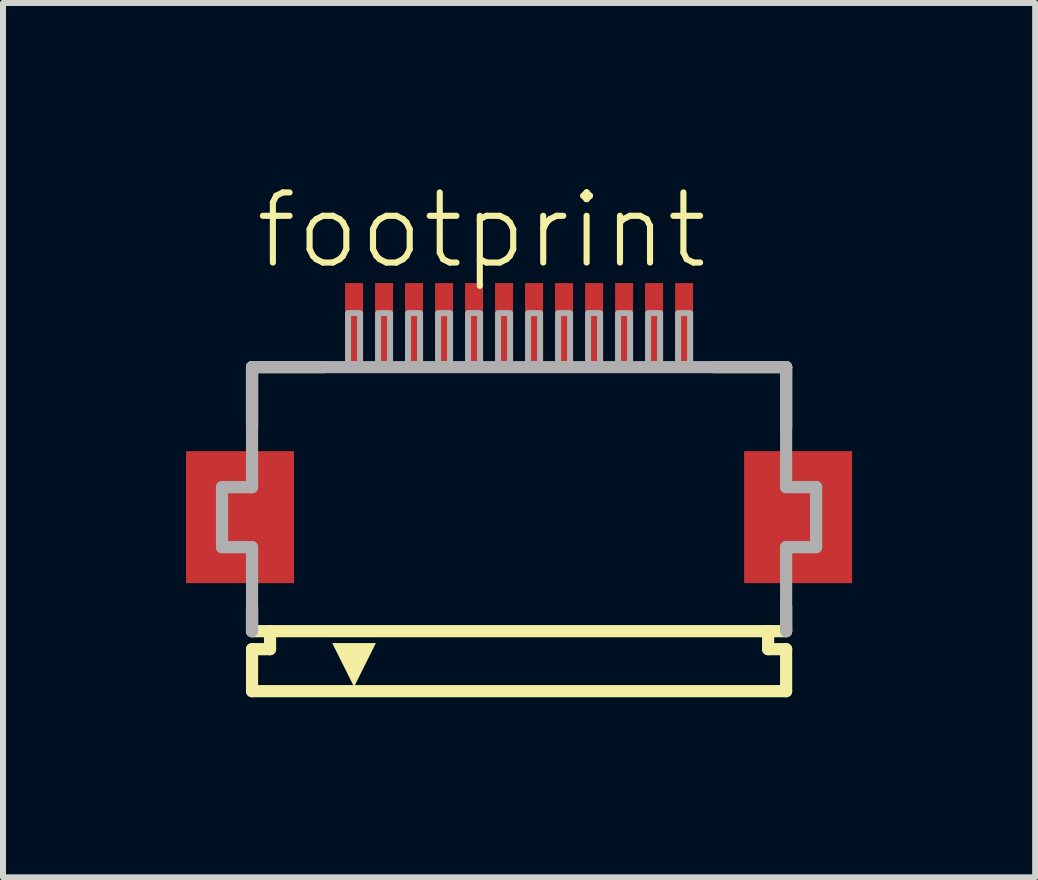
<source format=kicad_pcb>
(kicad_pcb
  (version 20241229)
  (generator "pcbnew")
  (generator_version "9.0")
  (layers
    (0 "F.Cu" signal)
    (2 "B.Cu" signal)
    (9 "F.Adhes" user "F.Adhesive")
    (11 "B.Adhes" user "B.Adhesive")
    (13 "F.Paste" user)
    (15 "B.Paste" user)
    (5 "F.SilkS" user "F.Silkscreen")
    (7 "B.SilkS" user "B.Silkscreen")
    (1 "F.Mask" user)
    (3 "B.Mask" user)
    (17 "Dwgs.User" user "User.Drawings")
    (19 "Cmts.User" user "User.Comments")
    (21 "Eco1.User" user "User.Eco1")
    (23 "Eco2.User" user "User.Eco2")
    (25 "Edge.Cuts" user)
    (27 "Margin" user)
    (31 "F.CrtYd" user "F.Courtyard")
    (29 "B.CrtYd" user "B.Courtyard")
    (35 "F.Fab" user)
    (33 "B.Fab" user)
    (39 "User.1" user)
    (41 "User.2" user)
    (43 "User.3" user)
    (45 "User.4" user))
  (footprint "footprint"
    (layer "F.Cu")
    (at 5.6 5.568)
    (property "Reference" "footprint" (at -4.448 -4.095 0) (layer "F.SilkS") (effects (font (size 1.168 1.168) (thickness 0.102)) (justify left bottom)))
    (fp_poly (pts (xy -3.75 -1.1) (xy -5.55 -1.1) (xy -5.55 1.1) (xy -3.75 1.1)) (stroke (width 0) (type solid)) (fill yes) (layer "F.Cu"))
    (fp_poly (pts (xy 5.55 -1.1) (xy 3.75 -1.1) (xy 3.75 1.1) (xy 5.55 1.1)) (stroke (width 0) (type solid)) (fill yes) (layer "F.Cu"))
    (fp_poly (pts (xy -3.7 -1.175) (xy -5.6 -1.175) (xy -5.6 1.175) (xy -3.7 1.175)) (stroke (width 0) (type solid)) (fill yes) (layer "F.Mask"))
    (fp_poly (pts (xy -2.95 -2.55) (xy -2.55 -2.55) (xy -2.55 -3.95) (xy -2.95 -3.95)) (stroke (width 0) (type solid)) (fill yes) (layer "F.Mask"))
    (fp_poly (pts (xy -2.45 -2.55) (xy -2.05 -2.55) (xy -2.05 -3.95) (xy -2.45 -3.95)) (stroke (width 0) (type solid)) (fill yes) (layer "F.Mask"))
    (fp_poly (pts (xy -1.95 -2.55) (xy -1.55 -2.55) (xy -1.55 -3.95) (xy -1.95 -3.95)) (stroke (width 0) (type solid)) (fill yes) (layer "F.Mask"))
    (fp_poly (pts (xy -1.45 -2.55) (xy -1.05 -2.55) (xy -1.05 -3.95) (xy -1.45 -3.95)) (stroke (width 0) (type solid)) (fill yes) (layer "F.Mask"))
    (fp_poly (pts (xy -0.95 -2.55) (xy -0.55 -2.55) (xy -0.55 -3.95) (xy -0.95 -3.95)) (stroke (width 0) (type solid)) (fill yes) (layer "F.Mask"))
    (fp_poly (pts (xy -0.45 -2.55) (xy -0.05 -2.55) (xy -0.05 -3.95) (xy -0.45 -3.95)) (stroke (width 0) (type solid)) (fill yes) (layer "F.Mask"))
    (fp_poly (pts (xy 0.05 -2.55) (xy 0.45 -2.55) (xy 0.45 -3.95) (xy 0.05 -3.95)) (stroke (width 0) (type solid)) (fill yes) (layer "F.Mask"))
    (fp_poly (pts (xy 0.55 -2.55) (xy 0.95 -2.55) (xy 0.95 -3.95) (xy 0.55 -3.95)) (stroke (width 0) (type solid)) (fill yes) (layer "F.Mask"))
    (fp_poly (pts (xy 1.05 -2.55) (xy 1.45 -2.55) (xy 1.45 -3.95) (xy 1.05 -3.95)) (stroke (width 0) (type solid)) (fill yes) (layer "F.Mask"))
    (fp_poly (pts (xy 1.55 -2.55) (xy 1.95 -2.55) (xy 1.95 -3.95) (xy 1.55 -3.95)) (stroke (width 0) (type solid)) (fill yes) (layer "F.Mask"))
    (fp_poly (pts (xy 2.05 -2.55) (xy 2.45 -2.55) (xy 2.45 -3.95) (xy 2.05 -3.95)) (stroke (width 0) (type solid)) (fill yes) (layer "F.Mask"))
    (fp_poly (pts (xy 2.55 -2.55) (xy 2.95 -2.55) (xy 2.95 -3.95) (xy 2.55 -3.95)) (stroke (width 0) (type solid)) (fill yes) (layer "F.Mask"))
    (fp_poly (pts (xy 5.6 -1.175) (xy 3.7 -1.175) (xy 3.7 1.175) (xy 5.6 1.175)) (stroke (width 0) (type solid)) (fill yes) (layer "F.Mask"))
    (fp_line (start -4.45 -2.5) (end -4.45 -1.5) (stroke (width 0.203) (type solid)) (layer "F.SilkS"))
    (fp_line (start -4.45 1.5) (end -4.45 1.9) (stroke (width 0.203) (type solid)) (layer "F.SilkS"))
    (fp_line (start -4.45 1.9) (end -4.15 1.9) (stroke (width 0.203) (type solid)) (layer "F.SilkS"))
    (fp_line (start -4.45 2.2) (end -4.45 2.9) (stroke (width 0.203) (type solid)) (layer "F.SilkS"))
    (fp_line (start -4.15 1.9) (end -4.15 2.2) (stroke (width 0.203) (type solid)) (layer "F.SilkS"))
    (fp_line (start -4.15 2.2) (end -4.45 2.2) (stroke (width 0.203) (type solid)) (layer "F.SilkS"))
    (fp_line (start -3.25 -2.5) (end -4.45 -2.5) (stroke (width 0.203) (type solid)) (layer "F.SilkS"))
    (fp_line (start 4.15 1.9) (end -4.15 1.9) (stroke (width 0.203) (type solid)) (layer "F.SilkS"))
    (fp_line (start 4.15 1.9) (end 4.45 1.9) (stroke (width 0.203) (type solid)) (layer "F.SilkS"))
    (fp_line (start 4.15 2.2) (end 4.15 1.9) (stroke (width 0.203) (type solid)) (layer "F.SilkS"))
    (fp_line (start 4.45 -2.5) (end 3.25 -2.5) (stroke (width 0.203) (type solid)) (layer "F.SilkS"))
    (fp_line (start 4.45 -1.5) (end 4.45 -2.5) (stroke (width 0.203) (type solid)) (layer "F.SilkS"))
    (fp_line (start 4.45 1.9) (end 4.45 1.5) (stroke (width 0.203) (type solid)) (layer "F.SilkS"))
    (fp_line (start 4.45 2.2) (end 4.15 2.2) (stroke (width 0.203) (type solid)) (layer "F.SilkS"))
    (fp_line (start 4.45 2.9) (end -4.45 2.9) (stroke (width 0.203) (type solid)) (layer "F.SilkS"))
    (fp_line (start 4.45 2.9) (end 4.45 2.2) (stroke (width 0.203) (type solid)) (layer "F.SilkS"))
    (fp_poly (pts (xy -2.75 2.827) (xy -3.114 2.098) (xy -2.386 2.098)) (stroke (width 0) (type solid)) (fill yes) (layer "F.SilkS"))
    (fp_poly (pts (xy -3.825 -1.025) (xy -5.475 -1.025) (xy -5.475 1.025) (xy -3.825 1.025)) (stroke (width 0) (type solid)) (fill yes) (layer "F.Paste"))
    (fp_poly (pts (xy -2.875 -2.625) (xy -2.625 -2.625) (xy -2.625 -3.875) (xy -2.875 -3.875)) (stroke (width 0) (type solid)) (fill yes) (layer "F.Paste"))
    (fp_poly (pts (xy -2.375 -2.625) (xy -2.125 -2.625) (xy -2.125 -3.875) (xy -2.375 -3.875)) (stroke (width 0) (type solid)) (fill yes) (layer "F.Paste"))
    (fp_poly (pts (xy -1.875 -2.625) (xy -1.625 -2.625) (xy -1.625 -3.875) (xy -1.875 -3.875)) (stroke (width 0) (type solid)) (fill yes) (layer "F.Paste"))
    (fp_poly (pts (xy -1.375 -2.625) (xy -1.125 -2.625) (xy -1.125 -3.875) (xy -1.375 -3.875)) (stroke (width 0) (type solid)) (fill yes) (layer "F.Paste"))
    (fp_poly (pts (xy -0.875 -2.625) (xy -0.625 -2.625) (xy -0.625 -3.875) (xy -0.875 -3.875)) (stroke (width 0) (type solid)) (fill yes) (layer "F.Paste"))
    (fp_poly (pts (xy -0.375 -2.625) (xy -0.125 -2.625) (xy -0.125 -3.875) (xy -0.375 -3.875)) (stroke (width 0) (type solid)) (fill yes) (layer "F.Paste"))
    (fp_poly (pts (xy 0.125 -2.625) (xy 0.375 -2.625) (xy 0.375 -3.875) (xy 0.125 -3.875)) (stroke (width 0) (type solid)) (fill yes) (layer "F.Paste"))
    (fp_poly (pts (xy 0.625 -2.625) (xy 0.875 -2.625) (xy 0.875 -3.875) (xy 0.625 -3.875)) (stroke (width 0) (type solid)) (fill yes) (layer "F.Paste"))
    (fp_poly (pts (xy 1.125 -2.625) (xy 1.375 -2.625) (xy 1.375 -3.875) (xy 1.125 -3.875)) (stroke (width 0) (type solid)) (fill yes) (layer "F.Paste"))
    (fp_poly (pts (xy 1.625 -2.625) (xy 1.875 -2.625) (xy 1.875 -3.875) (xy 1.625 -3.875)) (stroke (width 0) (type solid)) (fill yes) (layer "F.Paste"))
    (fp_poly (pts (xy 2.125 -2.625) (xy 2.375 -2.625) (xy 2.375 -3.875) (xy 2.125 -3.875)) (stroke (width 0) (type solid)) (fill yes) (layer "F.Paste"))
    (fp_poly (pts (xy 2.625 -2.625) (xy 2.875 -2.625) (xy 2.875 -3.875) (xy 2.625 -3.875)) (stroke (width 0) (type solid)) (fill yes) (layer "F.Paste"))
    (fp_poly (pts (xy 5.475 -1.025) (xy 3.825 -1.025) (xy 3.825 1.025) (xy 5.475 1.025)) (stroke (width 0) (type solid)) (fill yes) (layer "F.Paste"))
    (fp_line (start -4.95 -0.5) (end -4.95 0.5) (stroke (width 0.203) (type solid)) (layer "F.Fab"))
    (fp_line (start -4.95 0.5) (end -4.45 0.5) (stroke (width 0.203) (type solid)) (layer "F.Fab"))
    (fp_line (start -4.45 -2.5) (end -4.45 -0.5) (stroke (width 0.203) (type solid)) (layer "F.Fab"))
    (fp_line (start -4.45 -0.5) (end -4.95 -0.5) (stroke (width 0.203) (type solid)) (layer "F.Fab"))
    (fp_line (start -4.45 0.5) (end -4.45 1.9) (stroke (width 0.203) (type solid)) (layer "F.Fab"))
    (fp_line (start 4.45 -2.5) (end -4.45 -2.5) (stroke (width 0.203) (type solid)) (layer "F.Fab"))
    (fp_line (start 4.45 -0.5) (end 4.45 -2.5) (stroke (width 0.203) (type solid)) (layer "F.Fab"))
    (fp_line (start 4.45 0.5) (end 4.95 0.5) (stroke (width 0.203) (type solid)) (layer "F.Fab"))
    (fp_line (start 4.45 1.9) (end 4.45 0.5) (stroke (width 0.203) (type solid)) (layer "F.Fab"))
    (fp_line (start 4.95 -0.5) (end 4.45 -0.5) (stroke (width 0.203) (type solid)) (layer "F.Fab"))
    (fp_line (start 4.95 0.5) (end 4.95 -0.5) (stroke (width 0.203) (type solid)) (layer "F.Fab"))
    (fp_poly (pts (xy -2.85 -2.55) (xy -2.65 -2.55) (xy -2.65 -3.4) (xy -2.85 -3.4)) (stroke (width 0.1) (type solid)) (fill no) (layer "F.Fab"))
    (fp_poly (pts (xy -2.35 -2.55) (xy -2.15 -2.55) (xy -2.15 -3.4) (xy -2.35 -3.4)) (stroke (width 0.1) (type solid)) (fill no) (layer "F.Fab"))
    (fp_poly (pts (xy -1.85 -2.55) (xy -1.65 -2.55) (xy -1.65 -3.4) (xy -1.85 -3.4)) (stroke (width 0.1) (type solid)) (fill no) (layer "F.Fab"))
    (fp_poly (pts (xy -1.35 -2.55) (xy -1.15 -2.55) (xy -1.15 -3.4) (xy -1.35 -3.4)) (stroke (width 0.1) (type solid)) (fill no) (layer "F.Fab"))
    (fp_poly (pts (xy -0.85 -2.55) (xy -0.65 -2.55) (xy -0.65 -3.4) (xy -0.85 -3.4)) (stroke (width 0.1) (type solid)) (fill no) (layer "F.Fab"))
    (fp_poly (pts (xy -0.35 -2.55) (xy -0.15 -2.55) (xy -0.15 -3.4) (xy -0.35 -3.4)) (stroke (width 0.1) (type solid)) (fill no) (layer "F.Fab"))
    (fp_poly (pts (xy 0.15 -2.55) (xy 0.35 -2.55) (xy 0.35 -3.4) (xy 0.15 -3.4)) (stroke (width 0.1) (type solid)) (fill no) (layer "F.Fab"))
    (fp_poly (pts (xy 0.65 -2.55) (xy 0.85 -2.55) (xy 0.85 -3.4) (xy 0.65 -3.4)) (stroke (width 0.1) (type solid)) (fill no) (layer "F.Fab"))
    (fp_poly (pts (xy 1.15 -2.55) (xy 1.35 -2.55) (xy 1.35 -3.4) (xy 1.15 -3.4)) (stroke (width 0.1) (type solid)) (fill no) (layer "F.Fab"))
    (fp_poly (pts (xy 1.65 -2.55) (xy 1.85 -2.55) (xy 1.85 -3.4) (xy 1.65 -3.4)) (stroke (width 0.1) (type solid)) (fill no) (layer "F.Fab"))
    (fp_poly (pts (xy 2.15 -2.55) (xy 2.35 -2.55) (xy 2.35 -3.4) (xy 2.15 -3.4)) (stroke (width 0.1) (type solid)) (fill no) (layer "F.Fab"))
    (fp_poly (pts (xy 2.65 -2.55) (xy 2.85 -2.55) (xy 2.85 -3.4) (xy 2.65 -3.4)) (stroke (width 0.1) (type solid)) (fill no) (layer "F.Fab"))
    (pad "1" smd rect (at -2.75 -3.25) (size 0.3 1.3) (layers "F.Cu"))
    (pad "2" smd rect (at -2.25 -3.25) (size 0.3 1.3) (layers "F.Cu"))
    (pad "3" smd rect (at -1.75 -3.25) (size 0.3 1.3) (layers "F.Cu"))
    (pad "4" smd rect (at -1.25 -3.25) (size 0.3 1.3) (layers "F.Cu"))
    (pad "5" smd rect (at -0.75 -3.25) (size 0.3 1.3) (layers "F.Cu"))
    (pad "6" smd rect (at -0.25 -3.25) (size 0.3 1.3) (layers "F.Cu"))
    (pad "7" smd rect (at 0.25 -3.25) (size 0.3 1.3) (layers "F.Cu"))
    (pad "8" smd rect (at 0.75 -3.25) (size 0.3 1.3) (layers "F.Cu"))
    (pad "9" smd rect (at 1.25 -3.25) (size 0.3 1.3) (layers "F.Cu"))
    (pad "10" smd rect (at 1.75 -3.25) (size 0.3 1.3) (layers "F.Cu"))
    (pad "11" smd rect (at 2.25 -3.25) (size 0.3 1.3) (layers "F.Cu"))
    (pad "12" smd rect (at 2.75 -3.25) (size 0.3 1.3) (layers "F.Cu")))
  (gr_rect
    (start -3 -3)
    (end 14.2 11.57)
    (stroke (width 0.1) (type default))
    (fill no)
    (layer "Edge.Cuts")))
</source>
